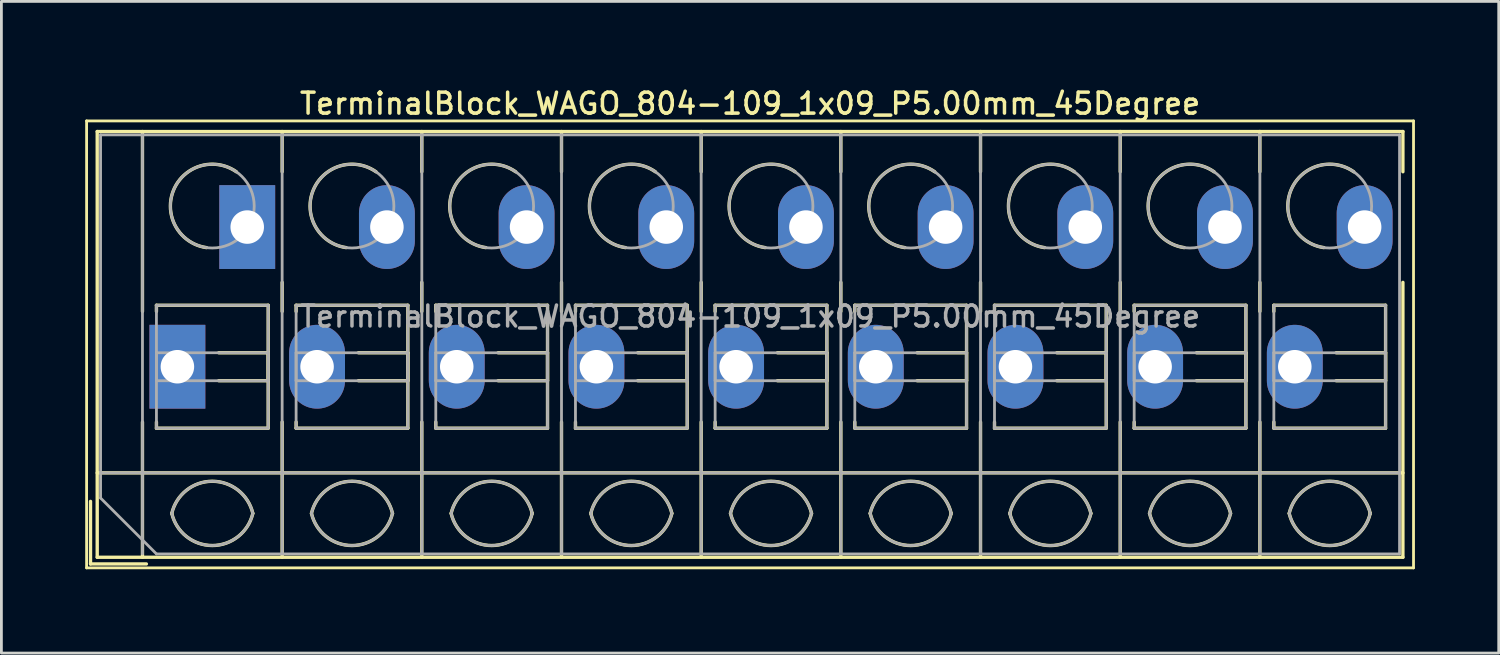
<source format=kicad_pcb>
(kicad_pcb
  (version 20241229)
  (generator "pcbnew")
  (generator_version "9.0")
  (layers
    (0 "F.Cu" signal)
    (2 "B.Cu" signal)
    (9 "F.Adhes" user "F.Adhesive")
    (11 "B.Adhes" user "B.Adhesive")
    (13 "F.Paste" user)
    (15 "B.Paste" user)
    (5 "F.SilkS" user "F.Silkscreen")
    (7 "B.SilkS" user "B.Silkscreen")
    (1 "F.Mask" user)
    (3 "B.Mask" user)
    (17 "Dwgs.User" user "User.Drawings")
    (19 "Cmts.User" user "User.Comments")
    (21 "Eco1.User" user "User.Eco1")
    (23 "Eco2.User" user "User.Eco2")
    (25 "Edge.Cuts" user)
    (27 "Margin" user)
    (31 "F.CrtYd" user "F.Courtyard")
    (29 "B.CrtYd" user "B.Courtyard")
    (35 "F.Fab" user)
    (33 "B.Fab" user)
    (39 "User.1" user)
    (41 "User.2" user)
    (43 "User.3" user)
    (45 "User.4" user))
  (footprint "TerminalBlock_WAGO_804-109_1x09_P5.00mm_45Degree"
    (layer "F.Cu")
    (at 3.3 10.078)
    (property "Reference" "TerminalBlock_WAGO_804-109_1x09_P5.00mm_45Degree" (at 20.5 -9.42 0) (layer "F.SilkS") (effects (font (size 0.75 0.75) (thickness 0.125))))
    (attr through_hole)
    (fp_line (start -3.25 -8.8) (end -3.25 7.2) (stroke (width 0.1) (type solid)) (layer "F.SilkS"))
    (fp_line (start -3.25 7.2) (end 44.25 7.2) (stroke (width 0.1) (type solid)) (layer "F.SilkS"))
    (fp_line (start -3.11 4.82) (end -3.11 7.06) (stroke (width 0.12) (type solid)) (layer "F.SilkS"))
    (fp_line (start -3.11 7.06) (end -1.11 7.06) (stroke (width 0.12) (type solid)) (layer "F.SilkS"))
    (fp_line (start -2.87 -8.42) (end -2.87 6.82) (stroke (width 0.12) (type solid)) (layer "F.SilkS"))
    (fp_line (start -2.87 -8.42) (end 43.87 -8.42) (stroke (width 0.12) (type solid)) (layer "F.SilkS"))
    (fp_line (start -2.87 3.8) (end 43.87 3.8) (stroke (width 0.12) (type solid)) (layer "F.SilkS"))
    (fp_line (start -2.87 6.82) (end 43.87 6.82) (stroke (width 0.12) (type solid)) (layer "F.SilkS"))
    (fp_line (start -1.25 -8.42) (end -1.25 -1.98) (stroke (width 0.12) (type solid)) (layer "F.SilkS"))
    (fp_line (start -1.25 1.98) (end -1.25 6.82) (stroke (width 0.12) (type solid)) (layer "F.SilkS"))
    (fp_line (start -0.75 -2.2) (end -0.75 -1.98) (stroke (width 0.12) (type solid)) (layer "F.SilkS"))
    (fp_line (start -0.75 -2.2) (end 3.25 -2.2) (stroke (width 0.12) (type solid)) (layer "F.SilkS"))
    (fp_line (start -0.75 1.98) (end -0.75 2.2) (stroke (width 0.12) (type solid)) (layer "F.SilkS"))
    (fp_line (start -0.75 2.2) (end 3.25 2.2) (stroke (width 0.12) (type solid)) (layer "F.SilkS"))
    (fp_line (start 1.48 -0.5) (end 3.25 -0.5) (stroke (width 0.12) (type solid)) (layer "F.SilkS"))
    (fp_line (start 1.48 0.5) (end 3.25 0.5) (stroke (width 0.12) (type solid)) (layer "F.SilkS"))
    (fp_line (start 3.25 -2.2) (end 3.25 2.2) (stroke (width 0.12) (type solid)) (layer "F.SilkS"))
    (fp_line (start 3.25 -0.5) (end 3.25 0.5) (stroke (width 0.12) (type solid)) (layer "F.SilkS"))
    (fp_line (start 3.75 -8.42) (end 3.75 -6.98) (stroke (width 0.12) (type solid)) (layer "F.SilkS"))
    (fp_line (start 3.75 -3.02) (end 3.75 -1.98) (stroke (width 0.12) (type solid)) (layer "F.SilkS"))
    (fp_line (start 3.75 1.98) (end 3.75 6.82) (stroke (width 0.12) (type solid)) (layer "F.SilkS"))
    (fp_line (start 4.25 -2.2) (end 4.25 -1.98) (stroke (width 0.12) (type solid)) (layer "F.SilkS"))
    (fp_line (start 4.25 -2.2) (end 8.25 -2.2) (stroke (width 0.12) (type solid)) (layer "F.SilkS"))
    (fp_line (start 4.25 1.98) (end 4.25 2.2) (stroke (width 0.12) (type solid)) (layer "F.SilkS"))
    (fp_line (start 4.25 2.2) (end 8.25 2.2) (stroke (width 0.12) (type solid)) (layer "F.SilkS"))
    (fp_line (start 6.48 -0.5) (end 8.25 -0.5) (stroke (width 0.12) (type solid)) (layer "F.SilkS"))
    (fp_line (start 6.48 0.5) (end 8.25 0.5) (stroke (width 0.12) (type solid)) (layer "F.SilkS"))
    (fp_line (start 8.25 -2.2) (end 8.25 2.2) (stroke (width 0.12) (type solid)) (layer "F.SilkS"))
    (fp_line (start 8.25 -0.5) (end 8.25 0.5) (stroke (width 0.12) (type solid)) (layer "F.SilkS"))
    (fp_line (start 8.75 -8.42) (end 8.75 -6.98) (stroke (width 0.12) (type solid)) (layer "F.SilkS"))
    (fp_line (start 8.75 -3.02) (end 8.75 -1.98) (stroke (width 0.12) (type solid)) (layer "F.SilkS"))
    (fp_line (start 8.75 1.98) (end 8.75 6.82) (stroke (width 0.12) (type solid)) (layer "F.SilkS"))
    (fp_line (start 9.25 -2.2) (end 9.25 -1.98) (stroke (width 0.12) (type solid)) (layer "F.SilkS"))
    (fp_line (start 9.25 -2.2) (end 13.25 -2.2) (stroke (width 0.12) (type solid)) (layer "F.SilkS"))
    (fp_line (start 9.25 1.98) (end 9.25 2.2) (stroke (width 0.12) (type solid)) (layer "F.SilkS"))
    (fp_line (start 9.25 2.2) (end 13.25 2.2) (stroke (width 0.12) (type solid)) (layer "F.SilkS"))
    (fp_line (start 11.48 -0.5) (end 13.25 -0.5) (stroke (width 0.12) (type solid)) (layer "F.SilkS"))
    (fp_line (start 11.48 0.5) (end 13.25 0.5) (stroke (width 0.12) (type solid)) (layer "F.SilkS"))
    (fp_line (start 13.25 -2.2) (end 13.25 2.2) (stroke (width 0.12) (type solid)) (layer "F.SilkS"))
    (fp_line (start 13.25 -0.5) (end 13.25 0.5) (stroke (width 0.12) (type solid)) (layer "F.SilkS"))
    (fp_line (start 13.75 -8.42) (end 13.75 -6.98) (stroke (width 0.12) (type solid)) (layer "F.SilkS"))
    (fp_line (start 13.75 -3.02) (end 13.75 -1.98) (stroke (width 0.12) (type solid)) (layer "F.SilkS"))
    (fp_line (start 13.75 1.98) (end 13.75 6.82) (stroke (width 0.12) (type solid)) (layer "F.SilkS"))
    (fp_line (start 14.25 -2.2) (end 14.25 -1.98) (stroke (width 0.12) (type solid)) (layer "F.SilkS"))
    (fp_line (start 14.25 -2.2) (end 18.25 -2.2) (stroke (width 0.12) (type solid)) (layer "F.SilkS"))
    (fp_line (start 14.25 1.98) (end 14.25 2.2) (stroke (width 0.12) (type solid)) (layer "F.SilkS"))
    (fp_line (start 14.25 2.2) (end 18.25 2.2) (stroke (width 0.12) (type solid)) (layer "F.SilkS"))
    (fp_line (start 16.48 -0.5) (end 18.25 -0.5) (stroke (width 0.12) (type solid)) (layer "F.SilkS"))
    (fp_line (start 16.48 0.5) (end 18.25 0.5) (stroke (width 0.12) (type solid)) (layer "F.SilkS"))
    (fp_line (start 18.25 -2.2) (end 18.25 2.2) (stroke (width 0.12) (type solid)) (layer "F.SilkS"))
    (fp_line (start 18.25 -0.5) (end 18.25 0.5) (stroke (width 0.12) (type solid)) (layer "F.SilkS"))
    (fp_line (start 18.75 -8.42) (end 18.75 -6.98) (stroke (width 0.12) (type solid)) (layer "F.SilkS"))
    (fp_line (start 18.75 -3.02) (end 18.75 -1.98) (stroke (width 0.12) (type solid)) (layer "F.SilkS"))
    (fp_line (start 18.75 1.98) (end 18.75 6.82) (stroke (width 0.12) (type solid)) (layer "F.SilkS"))
    (fp_line (start 19.25 -2.2) (end 19.25 -1.98) (stroke (width 0.12) (type solid)) (layer "F.SilkS"))
    (fp_line (start 19.25 -2.2) (end 23.25 -2.2) (stroke (width 0.12) (type solid)) (layer "F.SilkS"))
    (fp_line (start 19.25 1.98) (end 19.25 2.2) (stroke (width 0.12) (type solid)) (layer "F.SilkS"))
    (fp_line (start 19.25 2.2) (end 23.25 2.2) (stroke (width 0.12) (type solid)) (layer "F.SilkS"))
    (fp_line (start 21.48 -0.5) (end 23.25 -0.5) (stroke (width 0.12) (type solid)) (layer "F.SilkS"))
    (fp_line (start 21.48 0.5) (end 23.25 0.5) (stroke (width 0.12) (type solid)) (layer "F.SilkS"))
    (fp_line (start 23.25 -2.2) (end 23.25 2.2) (stroke (width 0.12) (type solid)) (layer "F.SilkS"))
    (fp_line (start 23.25 -0.5) (end 23.25 0.5) (stroke (width 0.12) (type solid)) (layer "F.SilkS"))
    (fp_line (start 23.75 -8.42) (end 23.75 -6.98) (stroke (width 0.12) (type solid)) (layer "F.SilkS"))
    (fp_line (start 23.75 -3.02) (end 23.75 -1.98) (stroke (width 0.12) (type solid)) (layer "F.SilkS"))
    (fp_line (start 23.75 1.98) (end 23.75 6.82) (stroke (width 0.12) (type solid)) (layer "F.SilkS"))
    (fp_line (start 24.25 -2.2) (end 24.25 -1.98) (stroke (width 0.12) (type solid)) (layer "F.SilkS"))
    (fp_line (start 24.25 -2.2) (end 28.25 -2.2) (stroke (width 0.12) (type solid)) (layer "F.SilkS"))
    (fp_line (start 24.25 1.98) (end 24.25 2.2) (stroke (width 0.12) (type solid)) (layer "F.SilkS"))
    (fp_line (start 24.25 2.2) (end 28.25 2.2) (stroke (width 0.12) (type solid)) (layer "F.SilkS"))
    (fp_line (start 26.48 -0.5) (end 28.25 -0.5) (stroke (width 0.12) (type solid)) (layer "F.SilkS"))
    (fp_line (start 26.48 0.5) (end 28.25 0.5) (stroke (width 0.12) (type solid)) (layer "F.SilkS"))
    (fp_line (start 28.25 -2.2) (end 28.25 2.2) (stroke (width 0.12) (type solid)) (layer "F.SilkS"))
    (fp_line (start 28.25 -0.5) (end 28.25 0.5) (stroke (width 0.12) (type solid)) (layer "F.SilkS"))
    (fp_line (start 28.75 -8.42) (end 28.75 -6.98) (stroke (width 0.12) (type solid)) (layer "F.SilkS"))
    (fp_line (start 28.75 -3.02) (end 28.75 -1.98) (stroke (width 0.12) (type solid)) (layer "F.SilkS"))
    (fp_line (start 28.75 1.98) (end 28.75 6.82) (stroke (width 0.12) (type solid)) (layer "F.SilkS"))
    (fp_line (start 29.25 -2.2) (end 29.25 -1.98) (stroke (width 0.12) (type solid)) (layer "F.SilkS"))
    (fp_line (start 29.25 -2.2) (end 33.25 -2.2) (stroke (width 0.12) (type solid)) (layer "F.SilkS"))
    (fp_line (start 29.25 1.98) (end 29.25 2.2) (stroke (width 0.12) (type solid)) (layer "F.SilkS"))
    (fp_line (start 29.25 2.2) (end 33.25 2.2) (stroke (width 0.12) (type solid)) (layer "F.SilkS"))
    (fp_line (start 31.48 -0.5) (end 33.25 -0.5) (stroke (width 0.12) (type solid)) (layer "F.SilkS"))
    (fp_line (start 31.48 0.5) (end 33.25 0.5) (stroke (width 0.12) (type solid)) (layer "F.SilkS"))
    (fp_line (start 33.25 -2.2) (end 33.25 2.2) (stroke (width 0.12) (type solid)) (layer "F.SilkS"))
    (fp_line (start 33.25 -0.5) (end 33.25 0.5) (stroke (width 0.12) (type solid)) (layer "F.SilkS"))
    (fp_line (start 33.75 -8.42) (end 33.75 -6.98) (stroke (width 0.12) (type solid)) (layer "F.SilkS"))
    (fp_line (start 33.75 -3.02) (end 33.75 -1.98) (stroke (width 0.12) (type solid)) (layer "F.SilkS"))
    (fp_line (start 33.75 1.98) (end 33.75 6.82) (stroke (width 0.12) (type solid)) (layer "F.SilkS"))
    (fp_line (start 34.25 -2.2) (end 34.25 -1.98) (stroke (width 0.12) (type solid)) (layer "F.SilkS"))
    (fp_line (start 34.25 -2.2) (end 38.25 -2.2) (stroke (width 0.12) (type solid)) (layer "F.SilkS"))
    (fp_line (start 34.25 1.98) (end 34.25 2.2) (stroke (width 0.12) (type solid)) (layer "F.SilkS"))
    (fp_line (start 34.25 2.2) (end 38.25 2.2) (stroke (width 0.12) (type solid)) (layer "F.SilkS"))
    (fp_line (start 36.48 -0.5) (end 38.25 -0.5) (stroke (width 0.12) (type solid)) (layer "F.SilkS"))
    (fp_line (start 36.48 0.5) (end 38.25 0.5) (stroke (width 0.12) (type solid)) (layer "F.SilkS"))
    (fp_line (start 38.25 -2.2) (end 38.25 2.2) (stroke (width 0.12) (type solid)) (layer "F.SilkS"))
    (fp_line (start 38.25 -0.5) (end 38.25 0.5) (stroke (width 0.12) (type solid)) (layer "F.SilkS"))
    (fp_line (start 38.75 -8.42) (end 38.75 -6.98) (stroke (width 0.12) (type solid)) (layer "F.SilkS"))
    (fp_line (start 38.75 -3.02) (end 38.75 -1.98) (stroke (width 0.12) (type solid)) (layer "F.SilkS"))
    (fp_line (start 38.75 1.98) (end 38.75 6.82) (stroke (width 0.12) (type solid)) (layer "F.SilkS"))
    (fp_line (start 39.25 -2.2) (end 39.25 -1.98) (stroke (width 0.12) (type solid)) (layer "F.SilkS"))
    (fp_line (start 39.25 -2.2) (end 43.25 -2.2) (stroke (width 0.12) (type solid)) (layer "F.SilkS"))
    (fp_line (start 39.25 1.98) (end 39.25 2.2) (stroke (width 0.12) (type solid)) (layer "F.SilkS"))
    (fp_line (start 39.25 2.2) (end 43.25 2.2) (stroke (width 0.12) (type solid)) (layer "F.SilkS"))
    (fp_line (start 41.48 -0.5) (end 43.25 -0.5) (stroke (width 0.12) (type solid)) (layer "F.SilkS"))
    (fp_line (start 41.48 0.5) (end 43.25 0.5) (stroke (width 0.12) (type solid)) (layer "F.SilkS"))
    (fp_line (start 43.25 -2.2) (end 43.25 2.2) (stroke (width 0.12) (type solid)) (layer "F.SilkS"))
    (fp_line (start 43.25 -0.5) (end 43.25 0.5) (stroke (width 0.12) (type solid)) (layer "F.SilkS"))
    (fp_line (start 43.87 -8.42) (end 43.87 -6.98) (stroke (width 0.12) (type solid)) (layer "F.SilkS"))
    (fp_line (start 43.87 -3.02) (end 43.87 6.82) (stroke (width 0.12) (type solid)) (layer "F.SilkS"))
    (fp_line (start 44.25 -8.8) (end -3.25 -8.8) (stroke (width 0.1) (type solid)) (layer "F.SilkS"))
    (fp_line (start 44.25 7.2) (end 44.25 -8.8) (stroke (width 0.1) (type solid)) (layer "F.SilkS"))
    (fp_arc (start -0.200865 5.250424) (mid 1.250296 4.099926) (end 2.701 5.251) (stroke (width 0.12) (type solid)) (layer "F.SilkS"))
    (fp_arc (start 1.040798 -4.264067) (mid -0.146039 -6.300306) (end 2.111 -6.979) (stroke (width 0.12) (type solid)) (layer "F.SilkS"))
    (fp_arc (start 2.7 5.25) (mid 1.250068 6.400101) (end -0.199969 5.250133) (stroke (width 0.12) (type solid)) (layer "F.SilkS"))
    (fp_arc (start 4.799135 5.250424) (mid 6.250296 4.099926) (end 7.701 5.251) (stroke (width 0.12) (type solid)) (layer "F.SilkS"))
    (fp_arc (start 6.040798 -4.264067) (mid 4.853961 -6.300306) (end 7.111 -6.979) (stroke (width 0.12) (type solid)) (layer "F.SilkS"))
    (fp_arc (start 7.7 5.25) (mid 6.250068 6.400101) (end 4.800031 5.250133) (stroke (width 0.12) (type solid)) (layer "F.SilkS"))
    (fp_arc (start 9.799135 5.250424) (mid 11.250296 4.099926) (end 12.701 5.251) (stroke (width 0.12) (type solid)) (layer "F.SilkS"))
    (fp_arc (start 11.040798 -4.264067) (mid 9.853961 -6.300306) (end 12.111 -6.979) (stroke (width 0.12) (type solid)) (layer "F.SilkS"))
    (fp_arc (start 12.7 5.25) (mid 11.250068 6.400101) (end 9.800031 5.250133) (stroke (width 0.12) (type solid)) (layer "F.SilkS"))
    (fp_arc (start 14.799135 5.250424) (mid 16.250296 4.099926) (end 17.701 5.251) (stroke (width 0.12) (type solid)) (layer "F.SilkS"))
    (fp_arc (start 16.040798 -4.264067) (mid 14.853961 -6.300306) (end 17.111 -6.979) (stroke (width 0.12) (type solid)) (layer "F.SilkS"))
    (fp_arc (start 17.7 5.25) (mid 16.250068 6.400101) (end 14.800031 5.250133) (stroke (width 0.12) (type solid)) (layer "F.SilkS"))
    (fp_arc (start 19.799135 5.250424) (mid 21.250296 4.099926) (end 22.701 5.251) (stroke (width 0.12) (type solid)) (layer "F.SilkS"))
    (fp_arc (start 21.040798 -4.264067) (mid 19.853961 -6.300306) (end 22.111 -6.979) (stroke (width 0.12) (type solid)) (layer "F.SilkS"))
    (fp_arc (start 22.7 5.25) (mid 21.250068 6.400101) (end 19.800031 5.250133) (stroke (width 0.12) (type solid)) (layer "F.SilkS"))
    (fp_arc (start 24.799135 5.250424) (mid 26.250296 4.099926) (end 27.701 5.251) (stroke (width 0.12) (type solid)) (layer "F.SilkS"))
    (fp_arc (start 26.040798 -4.264067) (mid 24.853961 -6.300306) (end 27.111 -6.979) (stroke (width 0.12) (type solid)) (layer "F.SilkS"))
    (fp_arc (start 27.7 5.25) (mid 26.250068 6.400101) (end 24.800031 5.250133) (stroke (width 0.12) (type solid)) (layer "F.SilkS"))
    (fp_arc (start 29.799135 5.250424) (mid 31.250296 4.099926) (end 32.701 5.251) (stroke (width 0.12) (type solid)) (layer "F.SilkS"))
    (fp_arc (start 31.040798 -4.264067) (mid 29.853961 -6.300306) (end 32.111 -6.979) (stroke (width 0.12) (type solid)) (layer "F.SilkS"))
    (fp_arc (start 32.701 5.25) (mid 31.250296 6.401074) (end 29.799135 5.250576) (stroke (width 0.12) (type solid)) (layer "F.SilkS"))
    (fp_arc (start 34.799135 5.250424) (mid 36.250296 4.099926) (end 37.701 5.251) (stroke (width 0.12) (type solid)) (layer "F.SilkS"))
    (fp_arc (start 36.040798 -4.264067) (mid 34.853961 -6.300306) (end 37.111 -6.979) (stroke (width 0.12) (type solid)) (layer "F.SilkS"))
    (fp_arc (start 37.7 5.25) (mid 36.250068 6.400101) (end 34.800031 5.250133) (stroke (width 0.12) (type solid)) (layer "F.SilkS"))
    (fp_arc (start 39.799135 5.250424) (mid 41.250296 4.099926) (end 42.701 5.251) (stroke (width 0.12) (type solid)) (layer "F.SilkS"))
    (fp_arc (start 41.040798 -4.264067) (mid 39.853961 -6.300306) (end 42.111 -6.979) (stroke (width 0.12) (type solid)) (layer "F.SilkS"))
    (fp_arc (start 42.7 5.25) (mid 41.250068 6.400101) (end 39.800031 5.250133) (stroke (width 0.12) (type solid)) (layer "F.SilkS"))
    (fp_line (start -2.75 -8.3) (end 43.75 -8.3) (stroke (width 0.1) (type solid)) (layer "F.Fab"))
    (fp_line (start -2.75 3.8) (end 43.75 3.8) (stroke (width 0.1) (type solid)) (layer "F.Fab"))
    (fp_line (start -2.75 4.7) (end -2.75 -8.3) (stroke (width 0.1) (type solid)) (layer "F.Fab"))
    (fp_line (start -1.25 -8.3) (end -1.25 6.7) (stroke (width 0.1) (type solid)) (layer "F.Fab"))
    (fp_line (start -0.75 -2.2) (end -0.75 2.2) (stroke (width 0.1) (type solid)) (layer "F.Fab"))
    (fp_line (start -0.75 -0.5) (end -0.75 0.5) (stroke (width 0.1) (type solid)) (layer "F.Fab"))
    (fp_line (start -0.75 0.5) (end 3.25 0.5) (stroke (width 0.1) (type solid)) (layer "F.Fab"))
    (fp_line (start -0.75 2.2) (end 3.25 2.2) (stroke (width 0.1) (type solid)) (layer "F.Fab"))
    (fp_line (start -0.75 6.7) (end -2.75 4.7) (stroke (width 0.1) (type solid)) (layer "F.Fab"))
    (fp_line (start 3.25 -2.2) (end -0.75 -2.2) (stroke (width 0.1) (type solid)) (layer "F.Fab"))
    (fp_line (start 3.25 -0.5) (end -0.75 -0.5) (stroke (width 0.1) (type solid)) (layer "F.Fab"))
    (fp_line (start 3.25 0.5) (end 3.25 -0.5) (stroke (width 0.1) (type solid)) (layer "F.Fab"))
    (fp_line (start 3.25 2.2) (end 3.25 -2.2) (stroke (width 0.1) (type solid)) (layer "F.Fab"))
    (fp_line (start 3.75 -8.3) (end 3.75 6.7) (stroke (width 0.1) (type solid)) (layer "F.Fab"))
    (fp_line (start 4.25 -2.2) (end 4.25 2.2) (stroke (width 0.1) (type solid)) (layer "F.Fab"))
    (fp_line (start 4.25 -0.5) (end 4.25 0.5) (stroke (width 0.1) (type solid)) (layer "F.Fab"))
    (fp_line (start 4.25 0.5) (end 8.25 0.5) (stroke (width 0.1) (type solid)) (layer "F.Fab"))
    (fp_line (start 4.25 2.2) (end 8.25 2.2) (stroke (width 0.1) (type solid)) (layer "F.Fab"))
    (fp_line (start 8.25 -2.2) (end 4.25 -2.2) (stroke (width 0.1) (type solid)) (layer "F.Fab"))
    (fp_line (start 8.25 -0.5) (end 4.25 -0.5) (stroke (width 0.1) (type solid)) (layer "F.Fab"))
    (fp_line (start 8.25 0.5) (end 8.25 -0.5) (stroke (width 0.1) (type solid)) (layer "F.Fab"))
    (fp_line (start 8.25 2.2) (end 8.25 -2.2) (stroke (width 0.1) (type solid)) (layer "F.Fab"))
    (fp_line (start 8.75 -8.3) (end 8.75 6.7) (stroke (width 0.1) (type solid)) (layer "F.Fab"))
    (fp_line (start 9.25 -2.2) (end 9.25 2.2) (stroke (width 0.1) (type solid)) (layer "F.Fab"))
    (fp_line (start 9.25 -0.5) (end 9.25 0.5) (stroke (width 0.1) (type solid)) (layer "F.Fab"))
    (fp_line (start 9.25 0.5) (end 13.25 0.5) (stroke (width 0.1) (type solid)) (layer "F.Fab"))
    (fp_line (start 9.25 2.2) (end 13.25 2.2) (stroke (width 0.1) (type solid)) (layer "F.Fab"))
    (fp_line (start 13.25 -2.2) (end 9.25 -2.2) (stroke (width 0.1) (type solid)) (layer "F.Fab"))
    (fp_line (start 13.25 -0.5) (end 9.25 -0.5) (stroke (width 0.1) (type solid)) (layer "F.Fab"))
    (fp_line (start 13.25 0.5) (end 13.25 -0.5) (stroke (width 0.1) (type solid)) (layer "F.Fab"))
    (fp_line (start 13.25 2.2) (end 13.25 -2.2) (stroke (width 0.1) (type solid)) (layer "F.Fab"))
    (fp_line (start 13.75 -8.3) (end 13.75 6.7) (stroke (width 0.1) (type solid)) (layer "F.Fab"))
    (fp_line (start 14.25 -2.2) (end 14.25 2.2) (stroke (width 0.1) (type solid)) (layer "F.Fab"))
    (fp_line (start 14.25 -0.5) (end 14.25 0.5) (stroke (width 0.1) (type solid)) (layer "F.Fab"))
    (fp_line (start 14.25 0.5) (end 18.25 0.5) (stroke (width 0.1) (type solid)) (layer "F.Fab"))
    (fp_line (start 14.25 2.2) (end 18.25 2.2) (stroke (width 0.1) (type solid)) (layer "F.Fab"))
    (fp_line (start 18.25 -2.2) (end 14.25 -2.2) (stroke (width 0.1) (type solid)) (layer "F.Fab"))
    (fp_line (start 18.25 -0.5) (end 14.25 -0.5) (stroke (width 0.1) (type solid)) (layer "F.Fab"))
    (fp_line (start 18.25 0.5) (end 18.25 -0.5) (stroke (width 0.1) (type solid)) (layer "F.Fab"))
    (fp_line (start 18.25 2.2) (end 18.25 -2.2) (stroke (width 0.1) (type solid)) (layer "F.Fab"))
    (fp_line (start 18.75 -8.3) (end 18.75 6.7) (stroke (width 0.1) (type solid)) (layer "F.Fab"))
    (fp_line (start 19.25 -2.2) (end 19.25 2.2) (stroke (width 0.1) (type solid)) (layer "F.Fab"))
    (fp_line (start 19.25 -0.5) (end 19.25 0.5) (stroke (width 0.1) (type solid)) (layer "F.Fab"))
    (fp_line (start 19.25 0.5) (end 23.25 0.5) (stroke (width 0.1) (type solid)) (layer "F.Fab"))
    (fp_line (start 19.25 2.2) (end 23.25 2.2) (stroke (width 0.1) (type solid)) (layer "F.Fab"))
    (fp_line (start 23.25 -2.2) (end 19.25 -2.2) (stroke (width 0.1) (type solid)) (layer "F.Fab"))
    (fp_line (start 23.25 -0.5) (end 19.25 -0.5) (stroke (width 0.1) (type solid)) (layer "F.Fab"))
    (fp_line (start 23.25 0.5) (end 23.25 -0.5) (stroke (width 0.1) (type solid)) (layer "F.Fab"))
    (fp_line (start 23.25 2.2) (end 23.25 -2.2) (stroke (width 0.1) (type solid)) (layer "F.Fab"))
    (fp_line (start 23.75 -8.3) (end 23.75 6.7) (stroke (width 0.1) (type solid)) (layer "F.Fab"))
    (fp_line (start 24.25 -2.2) (end 24.25 2.2) (stroke (width 0.1) (type solid)) (layer "F.Fab"))
    (fp_line (start 24.25 -0.5) (end 24.25 0.5) (stroke (width 0.1) (type solid)) (layer "F.Fab"))
    (fp_line (start 24.25 0.5) (end 28.25 0.5) (stroke (width 0.1) (type solid)) (layer "F.Fab"))
    (fp_line (start 24.25 2.2) (end 28.25 2.2) (stroke (width 0.1) (type solid)) (layer "F.Fab"))
    (fp_line (start 28.25 -2.2) (end 24.25 -2.2) (stroke (width 0.1) (type solid)) (layer "F.Fab"))
    (fp_line (start 28.25 -0.5) (end 24.25 -0.5) (stroke (width 0.1) (type solid)) (layer "F.Fab"))
    (fp_line (start 28.25 0.5) (end 28.25 -0.5) (stroke (width 0.1) (type solid)) (layer "F.Fab"))
    (fp_line (start 28.25 2.2) (end 28.25 -2.2) (stroke (width 0.1) (type solid)) (layer "F.Fab"))
    (fp_line (start 28.75 -8.3) (end 28.75 6.7) (stroke (width 0.1) (type solid)) (layer "F.Fab"))
    (fp_line (start 29.25 -2.2) (end 29.25 2.2) (stroke (width 0.1) (type solid)) (layer "F.Fab"))
    (fp_line (start 29.25 -0.5) (end 29.25 0.5) (stroke (width 0.1) (type solid)) (layer "F.Fab"))
    (fp_line (start 29.25 0.5) (end 33.25 0.5) (stroke (width 0.1) (type solid)) (layer "F.Fab"))
    (fp_line (start 29.25 2.2) (end 33.25 2.2) (stroke (width 0.1) (type solid)) (layer "F.Fab"))
    (fp_line (start 33.25 -2.2) (end 29.25 -2.2) (stroke (width 0.1) (type solid)) (layer "F.Fab"))
    (fp_line (start 33.25 -0.5) (end 29.25 -0.5) (stroke (width 0.1) (type solid)) (layer "F.Fab"))
    (fp_line (start 33.25 0.5) (end 33.25 -0.5) (stroke (width 0.1) (type solid)) (layer "F.Fab"))
    (fp_line (start 33.25 2.2) (end 33.25 -2.2) (stroke (width 0.1) (type solid)) (layer "F.Fab"))
    (fp_line (start 33.75 -8.3) (end 33.75 6.7) (stroke (width 0.1) (type solid)) (layer "F.Fab"))
    (fp_line (start 34.25 -2.2) (end 34.25 2.2) (stroke (width 0.1) (type solid)) (layer "F.Fab"))
    (fp_line (start 34.25 -0.5) (end 34.25 0.5) (stroke (width 0.1) (type solid)) (layer "F.Fab"))
    (fp_line (start 34.25 0.5) (end 38.25 0.5) (stroke (width 0.1) (type solid)) (layer "F.Fab"))
    (fp_line (start 34.25 2.2) (end 38.25 2.2) (stroke (width 0.1) (type solid)) (layer "F.Fab"))
    (fp_line (start 38.25 -2.2) (end 34.25 -2.2) (stroke (width 0.1) (type solid)) (layer "F.Fab"))
    (fp_line (start 38.25 -0.5) (end 34.25 -0.5) (stroke (width 0.1) (type solid)) (layer "F.Fab"))
    (fp_line (start 38.25 0.5) (end 38.25 -0.5) (stroke (width 0.1) (type solid)) (layer "F.Fab"))
    (fp_line (start 38.25 2.2) (end 38.25 -2.2) (stroke (width 0.1) (type solid)) (layer "F.Fab"))
    (fp_line (start 38.75 -8.3) (end 38.75 6.7) (stroke (width 0.1) (type solid)) (layer "F.Fab"))
    (fp_line (start 39.25 -2.2) (end 39.25 2.2) (stroke (width 0.1) (type solid)) (layer "F.Fab"))
    (fp_line (start 39.25 -0.5) (end 39.25 0.5) (stroke (width 0.1) (type solid)) (layer "F.Fab"))
    (fp_line (start 39.25 0.5) (end 43.25 0.5) (stroke (width 0.1) (type solid)) (layer "F.Fab"))
    (fp_line (start 39.25 2.2) (end 43.25 2.2) (stroke (width 0.1) (type solid)) (layer "F.Fab"))
    (fp_line (start 43.25 -2.2) (end 39.25 -2.2) (stroke (width 0.1) (type solid)) (layer "F.Fab"))
    (fp_line (start 43.25 -0.5) (end 39.25 -0.5) (stroke (width 0.1) (type solid)) (layer "F.Fab"))
    (fp_line (start 43.25 0.5) (end 43.25 -0.5) (stroke (width 0.1) (type solid)) (layer "F.Fab"))
    (fp_line (start 43.25 2.2) (end 43.25 -2.2) (stroke (width 0.1) (type solid)) (layer "F.Fab"))
    (fp_line (start 43.75 -8.3) (end 43.75 6.7) (stroke (width 0.1) (type solid)) (layer "F.Fab"))
    (fp_line (start 43.75 6.7) (end -0.75 6.7) (stroke (width 0.1) (type solid)) (layer "F.Fab"))
    (fp_arc (start -0.200865 5.250424) (mid 1.250296 4.099926) (end 2.701 5.251) (stroke (width 0.1) (type solid)) (layer "F.Fab"))
    (fp_arc (start 2.7 5.25) (mid 1.250068 6.400101) (end -0.199969 5.250133) (stroke (width 0.1) (type solid)) (layer "F.Fab"))
    (fp_arc (start 4.799135 5.250424) (mid 6.250296 4.099926) (end 7.701 5.251) (stroke (width 0.1) (type solid)) (layer "F.Fab"))
    (fp_arc (start 7.7 5.25) (mid 6.250068 6.400101) (end 4.800031 5.250133) (stroke (width 0.1) (type solid)) (layer "F.Fab"))
    (fp_arc (start 9.799135 5.250424) (mid 11.250296 4.099926) (end 12.701 5.251) (stroke (width 0.1) (type solid)) (layer "F.Fab"))
    (fp_arc (start 12.7 5.25) (mid 11.250068 6.400101) (end 9.800031 5.250133) (stroke (width 0.1) (type solid)) (layer "F.Fab"))
    (fp_arc (start 14.799135 5.250424) (mid 16.250296 4.099926) (end 17.701 5.251) (stroke (width 0.1) (type solid)) (layer "F.Fab"))
    (fp_arc (start 17.7 5.25) (mid 16.250068 6.400101) (end 14.800031 5.250133) (stroke (width 0.1) (type solid)) (layer "F.Fab"))
    (fp_arc (start 19.799135 5.250424) (mid 21.250296 4.099926) (end 22.701 5.251) (stroke (width 0.1) (type solid)) (layer "F.Fab"))
    (fp_arc (start 22.7 5.25) (mid 21.250068 6.400101) (end 19.800031 5.250133) (stroke (width 0.1) (type solid)) (layer "F.Fab"))
    (fp_arc (start 24.799135 5.250424) (mid 26.250296 4.099926) (end 27.701 5.251) (stroke (width 0.1) (type solid)) (layer "F.Fab"))
    (fp_arc (start 27.7 5.25) (mid 26.250068 6.400101) (end 24.800031 5.250133) (stroke (width 0.1) (type solid)) (layer "F.Fab"))
    (fp_arc (start 29.799135 5.250424) (mid 31.250296 4.099926) (end 32.701 5.251) (stroke (width 0.1) (type solid)) (layer "F.Fab"))
    (fp_arc (start 32.701 5.25) (mid 31.250296 6.401074) (end 29.799135 5.250576) (stroke (width 0.1) (type solid)) (layer "F.Fab"))
    (fp_arc (start 34.799135 5.250424) (mid 36.250296 4.099926) (end 37.701 5.251) (stroke (width 0.1) (type solid)) (layer "F.Fab"))
    (fp_arc (start 37.7 5.25) (mid 36.250068 6.400101) (end 34.800031 5.250133) (stroke (width 0.1) (type solid)) (layer "F.Fab"))
    (fp_arc (start 39.799135 5.250424) (mid 41.250296 4.099926) (end 42.701 5.251) (stroke (width 0.1) (type solid)) (layer "F.Fab"))
    (fp_arc (start 42.7 5.25) (mid 41.250068 6.400101) (end 39.800031 5.250133) (stroke (width 0.1) (type solid)) (layer "F.Fab"))
    (fp_circle (center 1.25 -5.75) (end 2.75 -5.75) (stroke (width 0.1) (type solid)) (fill no) (layer "F.Fab"))
    (fp_circle (center 6.25 -5.75) (end 7.75 -5.75) (stroke (width 0.1) (type solid)) (fill no) (layer "F.Fab"))
    (fp_circle (center 11.25 -5.75) (end 12.75 -5.75) (stroke (width 0.1) (type solid)) (fill no) (layer "F.Fab"))
    (fp_circle (center 16.25 -5.75) (end 17.75 -5.75) (stroke (width 0.1) (type solid)) (fill no) (layer "F.Fab"))
    (fp_circle (center 21.25 -5.75) (end 22.75 -5.75) (stroke (width 0.1) (type solid)) (fill no) (layer "F.Fab"))
    (fp_circle (center 26.25 -5.75) (end 27.75 -5.75) (stroke (width 0.1) (type solid)) (fill no) (layer "F.Fab"))
    (fp_circle (center 31.25 -5.75) (end 32.75 -5.75) (stroke (width 0.1) (type solid)) (fill no) (layer "F.Fab"))
    (fp_circle (center 36.25 -5.75) (end 37.75 -5.75) (stroke (width 0.1) (type solid)) (fill no) (layer "F.Fab"))
    (fp_circle (center 41.25 -5.75) (end 42.75 -5.75) (stroke (width 0.1) (type solid)) (fill no) (layer "F.Fab"))
    (fp_text user "${REFERENCE}" (at 20.5 -1.8 0) (layer "F.Fab") (effects (font (size 0.75 0.75) (thickness 0.125))))
    (pad "1" thru_hole rect (at 0 0) (size 2 3) (drill 1.2) (layers "*.Cu" "*.Mask"))
    (pad "1" thru_hole rect (at 2.5 -5) (size 2 3) (drill 1.2) (layers "*.Cu" "*.Mask"))
    (pad "2" thru_hole oval (at 5 0) (size 2 3) (drill 1.2) (layers "*.Cu" "*.Mask"))
    (pad "2" thru_hole oval (at 7.5 -5) (size 2 3) (drill 1.2) (layers "*.Cu" "*.Mask"))
    (pad "3" thru_hole oval (at 10 0) (size 2 3) (drill 1.2) (layers "*.Cu" "*.Mask"))
    (pad "3" thru_hole oval (at 12.5 -5) (size 2 3) (drill 1.2) (layers "*.Cu" "*.Mask"))
    (pad "4" thru_hole oval (at 15 0) (size 2 3) (drill 1.2) (layers "*.Cu" "*.Mask"))
    (pad "4" thru_hole oval (at 17.5 -5) (size 2 3) (drill 1.2) (layers "*.Cu" "*.Mask"))
    (pad "5" thru_hole oval (at 20 0) (size 2 3) (drill 1.2) (layers "*.Cu" "*.Mask"))
    (pad "5" thru_hole oval (at 22.5 -5) (size 2 3) (drill 1.2) (layers "*.Cu" "*.Mask"))
    (pad "6" thru_hole oval (at 25 0) (size 2 3) (drill 1.2) (layers "*.Cu" "*.Mask"))
    (pad "6" thru_hole oval (at 27.5 -5) (size 2 3) (drill 1.2) (layers "*.Cu" "*.Mask"))
    (pad "7" thru_hole oval (at 30 0) (size 2 3) (drill 1.2) (layers "*.Cu" "*.Mask"))
    (pad "7" thru_hole oval (at 32.5 -5) (size 2 3) (drill 1.2) (layers "*.Cu" "*.Mask"))
    (pad "8" thru_hole oval (at 35 0) (size 2 3) (drill 1.2) (layers "*.Cu" "*.Mask"))
    (pad "8" thru_hole oval (at 37.5 -5) (size 2 3) (drill 1.2) (layers "*.Cu" "*.Mask"))
    (pad "9" thru_hole oval (at 40 0) (size 2 3) (drill 1.2) (layers "*.Cu" "*.Mask"))
    (pad "9" thru_hole oval (at 42.5 -5) (size 2 3) (drill 1.2) (layers "*.Cu" "*.Mask")))
  (gr_rect
    (start -3 -3)
    (end 50.6 20.328)
    (stroke (width 0.1) (type default))
    (fill no)
    (layer "Edge.Cuts")))
</source>
